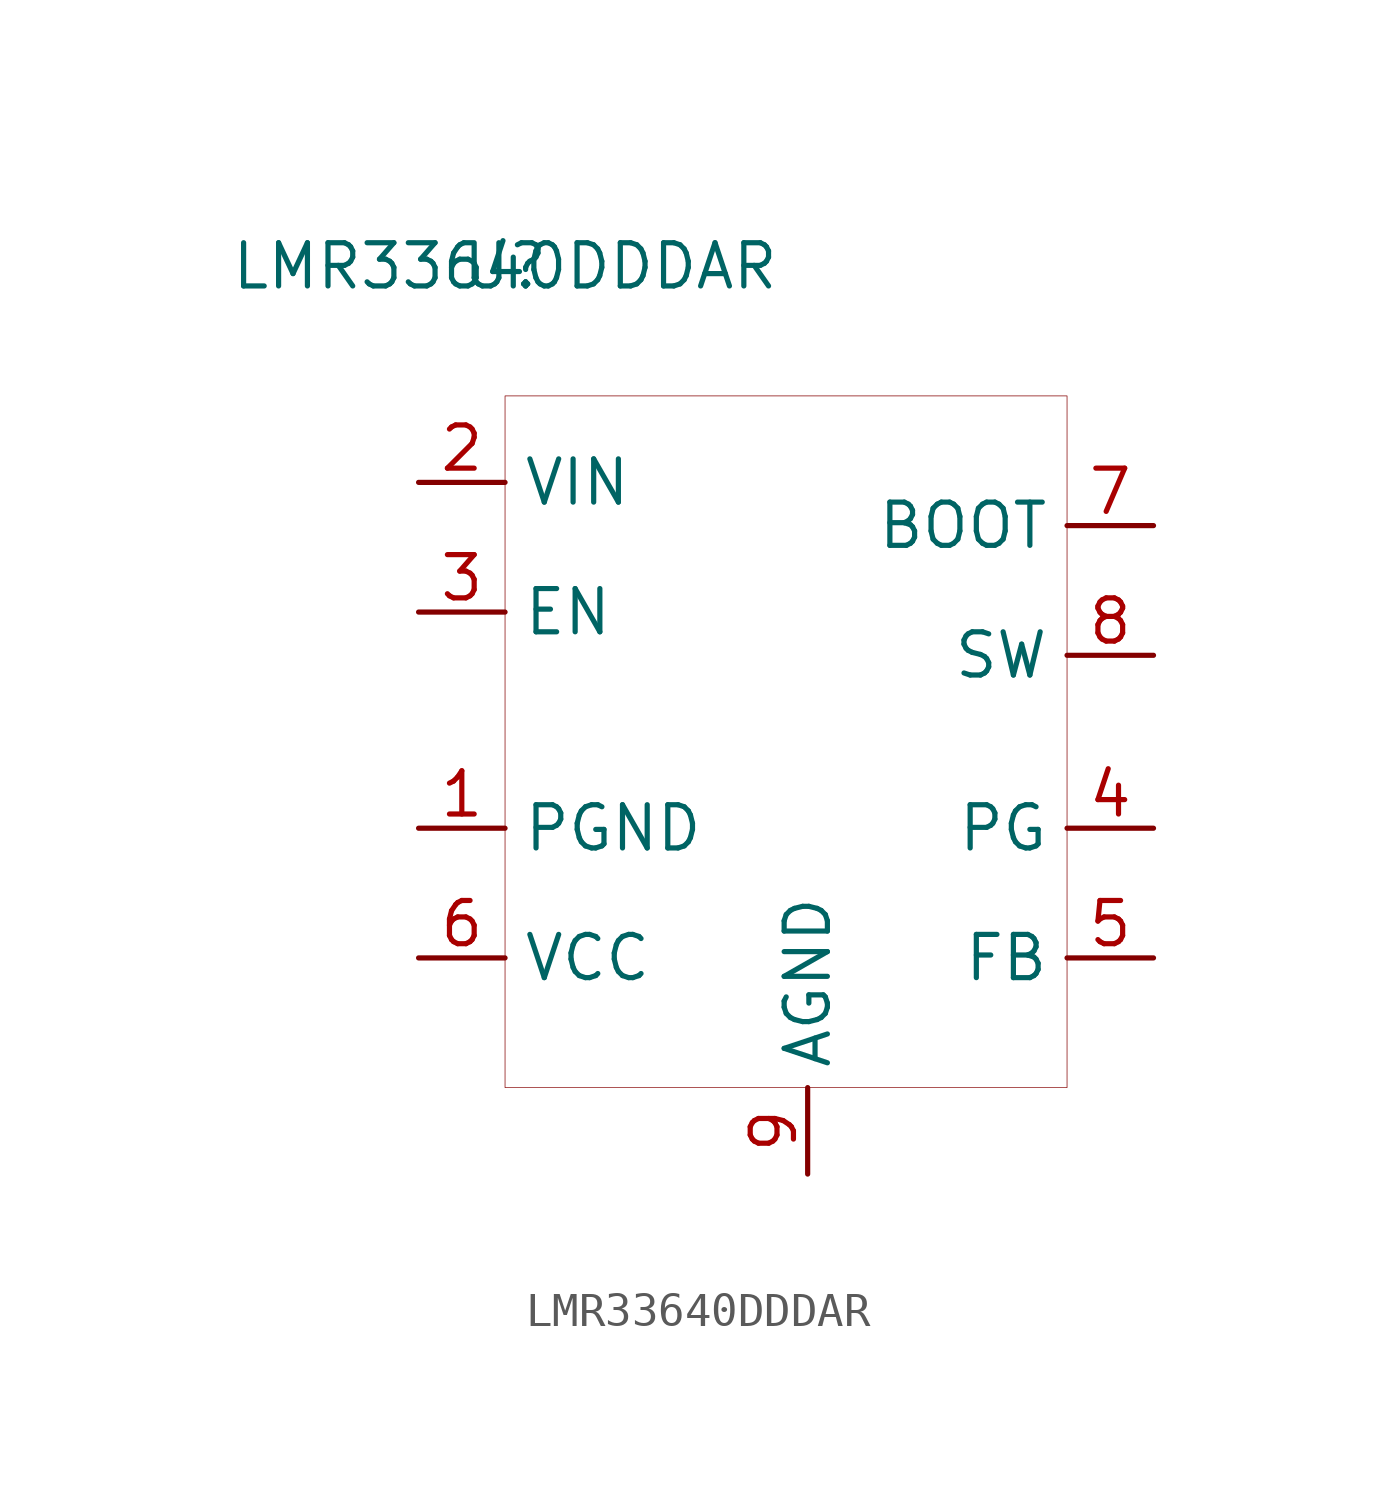
<source format=kicad_sym>
(kicad_symbol_lib
  (version 20201005)
  (generator kicad_symbol_editor)
  (symbol "Open-HD:LMR33640DDDAR"
    (property "Reference" "U"
      (at 0 0 0)
      (effects (font (size 1.27 1.27))))
    (property "Value" "LMR33640DDDAR"
      (at 0 0 0)
      (effects (font (size 1.27 1.27))))
    (symbol "LMR33640DDDAR_0_1"
      (rectangle (start 0 -3.81) (end 16.51 -24.13) (stroke (width 0.001)) (fill (type none))))
    (symbol "LMR33640DDDAR_1_1"
      (pin input line (at -2.54 -16.51 0) (length 2.54) (name "PGND" (effects (font (size 1.27 1.27)))) (number "1" (effects (font (size 1.27 1.27)))))
      (pin input line (at -2.54 -6.35 0) (length 2.54) (name "VIN" (effects (font (size 1.27 1.27)))) (number "2" (effects (font (size 1.27 1.27)))))
      (pin input line (at -2.54 -10.16 0) (length 2.54) (name "EN" (effects (font (size 1.27 1.27)))) (number "3" (effects (font (size 1.27 1.27)))))
      (pin input line (at 19.05 -16.51 180) (length 2.54) (name "PG" (effects (font (size 1.27 1.27)))) (number "4" (effects (font (size 1.27 1.27)))))
      (pin input line (at 19.05 -20.32 180) (length 2.54) (name "FB" (effects (font (size 1.27 1.27)))) (number "5" (effects (font (size 1.27 1.27)))))
      (pin input line (at -2.54 -20.32 0) (length 2.54) (name "VCC" (effects (font (size 1.27 1.27)))) (number "6" (effects (font (size 1.27 1.27)))))
      (pin input line (at 19.05 -7.62 180) (length 2.54) (name "BOOT" (effects (font (size 1.27 1.27)))) (number "7" (effects (font (size 1.27 1.27)))))
      (pin input line (at 19.05 -11.43 180) (length 2.54) (name "SW" (effects (font (size 1.27 1.27)))) (number "8" (effects (font (size 1.27 1.27)))))
      (pin input line (at 8.89 -26.67 90) (length 2.54) (name "AGND" (effects (font (size 1.27 1.27)))) (number "9" (effects (font (size 1.27 1.27))))))))
</source>
